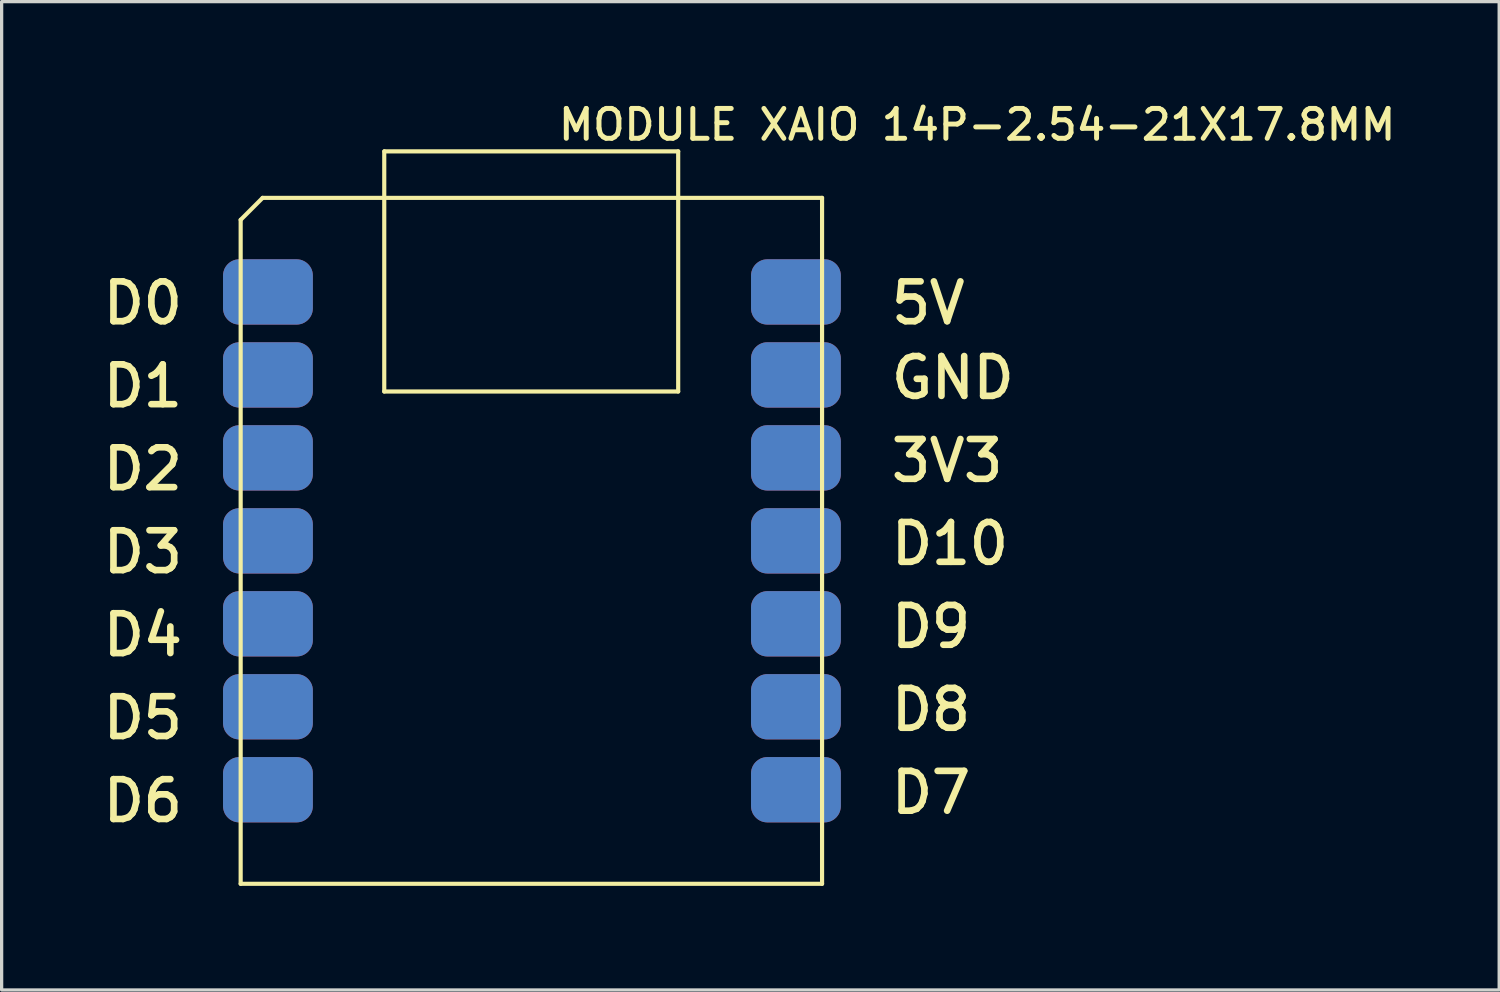
<source format=kicad_pcb>
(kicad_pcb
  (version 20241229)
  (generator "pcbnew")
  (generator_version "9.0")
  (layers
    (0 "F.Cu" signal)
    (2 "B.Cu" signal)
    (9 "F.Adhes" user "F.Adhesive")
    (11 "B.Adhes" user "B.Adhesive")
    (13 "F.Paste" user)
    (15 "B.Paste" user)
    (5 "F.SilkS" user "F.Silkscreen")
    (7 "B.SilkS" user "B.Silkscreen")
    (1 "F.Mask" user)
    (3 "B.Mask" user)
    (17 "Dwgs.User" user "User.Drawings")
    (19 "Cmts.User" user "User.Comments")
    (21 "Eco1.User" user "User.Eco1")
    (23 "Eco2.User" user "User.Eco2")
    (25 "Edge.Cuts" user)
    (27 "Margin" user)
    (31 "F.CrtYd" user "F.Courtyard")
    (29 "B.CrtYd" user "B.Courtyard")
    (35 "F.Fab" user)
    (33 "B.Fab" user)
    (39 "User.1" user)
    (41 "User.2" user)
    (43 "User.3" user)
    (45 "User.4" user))
  (footprint "MODULE XAIO 14P-2.54-21X17.8MM"
    (layer "F.Cu")
    (at 4.318 24.008)
    (property "Reference" "MODULE XAIO 14P-2.54-21X17.8MM" (at 9.652 -23.774 0) (layer "F.SilkS") (effects (font (size 0.914 0.914) (thickness 0.152)) (justify left top)))
    (fp_line (start 0 -20.328) (end 0 0) (stroke (width 0.127) (type default)) (layer "F.SilkS"))
    (fp_line (start 0 0) (end 17.8 0) (stroke (width 0.127) (type default)) (layer "F.SilkS"))
    (fp_line (start 0.672 -21) (end 0 -20.328) (stroke (width 0.127) (type default)) (layer "F.SilkS"))
    (fp_line (start 4.396 -15.072) (end 4.396 -22.425) (stroke (width 0.127) (type default)) (layer "F.SilkS"))
    (fp_line (start 4.4 -22.424) (end 13.395 -22.424) (stroke (width 0.127) (type default)) (layer "F.SilkS"))
    (fp_line (start 13.395 -22.424) (end 13.395 -15.072) (stroke (width 0.127) (type default)) (layer "F.SilkS"))
    (fp_line (start 13.395 -15.072) (end 4.396 -15.072) (stroke (width 0.127) (type default)) (layer "F.SilkS"))
    (fp_line (start 17.8 -21) (end 0.672 -21) (stroke (width 0.127) (type default)) (layer "F.SilkS"))
    (fp_line (start 17.8 0) (end 17.8 -21) (stroke (width 0.127) (type default)) (layer "F.SilkS"))
    (fp_text user "D7" (at 19.812 -3.505 0) (unlocked yes) (layer "F.SilkS") (effects (font (size 1.219 1.219) (thickness 0.203)) (justify left top)))
    (fp_text user "3V3" (at 19.812 -13.665 0) (unlocked yes) (layer "F.SilkS") (effects (font (size 1.219 1.219) (thickness 0.203)) (justify left top)))
    (fp_text user "D6" (at -4.318 -3.251 0) (unlocked yes) (layer "F.SilkS") (effects (font (size 1.219 1.219) (thickness 0.203)) (justify left top)))
    (fp_text user "D1" (at -4.318 -15.951 0) (unlocked yes) (layer "F.SilkS") (effects (font (size 1.219 1.219) (thickness 0.203)) (justify left top)))
    (fp_text user "D2" (at -4.318 -13.411 0) (unlocked yes) (layer "F.SilkS") (effects (font (size 1.219 1.219) (thickness 0.203)) (justify left top)))
    (fp_text user "D10" (at 19.812 -11.125 0) (unlocked yes) (layer "F.SilkS") (effects (font (size 1.219 1.219) (thickness 0.203)) (justify left top)))
    (fp_text user "5V" (at 19.812 -18.491 0) (unlocked yes) (layer "F.SilkS") (effects (font (size 1.219 1.219) (thickness 0.203)) (justify left top)))
    (fp_text user "D4" (at -4.318 -8.331 0) (unlocked yes) (layer "F.SilkS") (effects (font (size 1.219 1.219) (thickness 0.203)) (justify left top)))
    (fp_text user "D3" (at -4.318 -10.871 0) (unlocked yes) (layer "F.SilkS") (effects (font (size 1.219 1.219) (thickness 0.203)) (justify left top)))
    (fp_text user "D8" (at 19.812 -6.045 0) (unlocked yes) (layer "F.SilkS") (effects (font (size 1.219 1.219) (thickness 0.203)) (justify left top)))
    (fp_text user "D9" (at 19.812 -8.585 0) (unlocked yes) (layer "F.SilkS") (effects (font (size 1.219 1.219) (thickness 0.203)) (justify left top)))
    (fp_text user "D5" (at -4.318 -5.791 0) (unlocked yes) (layer "F.SilkS") (effects (font (size 1.219 1.219) (thickness 0.203)) (justify left top)))
    (fp_text user "D0" (at -4.318 -18.491 0) (unlocked yes) (layer "F.SilkS") (effects (font (size 1.219 1.219) (thickness 0.203)) (justify left top)))
    (fp_text user "GND" (at 19.812 -16.205 0) (unlocked yes) (layer "F.SilkS") (effects (font (size 1.219 1.219) (thickness 0.203)) (justify left top)))
    (pad "1" thru_hole custom (at 0.835 -18.12) (size 0.000001 0.000001) (drill 1.2) (layers "*.Cu" "*.Mask") (options (anchor circle)) (primitives (gr_poly (pts (xy -1.375 -0.5) (xy -1.371 -0.56) (xy -1.36 -0.62) (xy -1.342 -0.677) (xy -1.318 -0.733) (xy -1.286 -0.784) (xy -1.249 -0.832) (xy -1.206 -0.874) (xy -1.159 -0.912) (xy -1.107 -0.943) (xy -1.052 -0.968) (xy -0.995 -0.986) (xy -0.935 -0.996) (xy -0.875 -1) (xy 0.875 -1) (xy 0.935 -0.996) (xy 0.995 -0.986) (xy 1.052 -0.968) (xy 1.107 -0.943) (xy 1.159 -0.912) (xy 1.207 -0.874) (xy 1.249 -0.832) (xy 1.286 -0.784) (xy 1.318 -0.733) (xy 1.343 -0.677) (xy 1.361 -0.62) (xy 1.371 -0.56) (xy 1.375 -0.5) (xy 1.375 0.5) (xy 1.371 0.56) (xy 1.361 0.62) (xy 1.343 0.677) (xy 1.318 0.732) (xy 1.286 0.784) (xy 1.249 0.831) (xy 1.207 0.874) (xy 1.159 0.911) (xy 1.107 0.943) (xy 1.052 0.968) (xy 0.995 0.985) (xy 0.935 0.996) (xy 0.875 1) (xy -0.875 1) (xy -0.935 0.996) (xy -0.995 0.985) (xy -1.052 0.968) (xy -1.107 0.943) (xy -1.159 0.911) (xy -1.206 0.874) (xy -1.249 0.831) (xy -1.286 0.784) (xy -1.318 0.732) (xy -1.342 0.677) (xy -1.36 0.62) (xy -1.371 0.56) (xy -1.375 0.5)) (width 0) (fill yes))))
    (pad "2" thru_hole custom (at 0.835 -15.58) (size 0.000001 0.000001) (drill 1.2) (layers "*.Cu" "*.Mask") (options (anchor circle)) (primitives (gr_poly (pts (xy -1.375 -0.5) (xy -1.371 -0.56) (xy -1.36 -0.62) (xy -1.342 -0.677) (xy -1.318 -0.733) (xy -1.286 -0.784) (xy -1.249 -0.832) (xy -1.206 -0.874) (xy -1.159 -0.912) (xy -1.107 -0.943) (xy -1.052 -0.968) (xy -0.995 -0.986) (xy -0.935 -0.996) (xy -0.875 -1) (xy 0.875 -1) (xy 0.935 -0.996) (xy 0.995 -0.986) (xy 1.052 -0.968) (xy 1.107 -0.943) (xy 1.159 -0.912) (xy 1.207 -0.874) (xy 1.249 -0.832) (xy 1.286 -0.784) (xy 1.318 -0.733) (xy 1.343 -0.677) (xy 1.361 -0.62) (xy 1.371 -0.56) (xy 1.375 -0.5) (xy 1.375 0.5) (xy 1.371 0.56) (xy 1.361 0.62) (xy 1.343 0.677) (xy 1.318 0.732) (xy 1.286 0.784) (xy 1.249 0.831) (xy 1.207 0.874) (xy 1.159 0.911) (xy 1.107 0.943) (xy 1.052 0.968) (xy 0.995 0.985) (xy 0.935 0.996) (xy 0.875 1) (xy -0.875 1) (xy -0.935 0.996) (xy -0.995 0.985) (xy -1.052 0.968) (xy -1.107 0.943) (xy -1.159 0.911) (xy -1.206 0.874) (xy -1.249 0.831) (xy -1.286 0.784) (xy -1.318 0.732) (xy -1.342 0.677) (xy -1.36 0.62) (xy -1.371 0.56) (xy -1.375 0.5)) (width 0) (fill yes))))
    (pad "3" thru_hole custom (at 0.835 -13.04) (size 0.000001 0.000001) (drill 1.2) (layers "*.Cu" "*.Mask") (options (anchor circle)) (primitives (gr_poly (pts (xy -1.375 -0.5) (xy -1.371 -0.56) (xy -1.36 -0.62) (xy -1.342 -0.677) (xy -1.318 -0.733) (xy -1.286 -0.784) (xy -1.249 -0.832) (xy -1.206 -0.874) (xy -1.159 -0.912) (xy -1.107 -0.943) (xy -1.052 -0.968) (xy -0.995 -0.986) (xy -0.935 -0.996) (xy -0.875 -1) (xy 0.875 -1) (xy 0.935 -0.996) (xy 0.995 -0.986) (xy 1.052 -0.968) (xy 1.107 -0.943) (xy 1.159 -0.912) (xy 1.207 -0.874) (xy 1.249 -0.832) (xy 1.286 -0.784) (xy 1.318 -0.733) (xy 1.343 -0.677) (xy 1.361 -0.62) (xy 1.371 -0.56) (xy 1.375 -0.5) (xy 1.375 0.5) (xy 1.371 0.56) (xy 1.361 0.62) (xy 1.343 0.677) (xy 1.318 0.732) (xy 1.286 0.784) (xy 1.249 0.831) (xy 1.207 0.874) (xy 1.159 0.911) (xy 1.107 0.943) (xy 1.052 0.968) (xy 0.995 0.985) (xy 0.935 0.996) (xy 0.875 1) (xy -0.875 1) (xy -0.935 0.996) (xy -0.995 0.985) (xy -1.052 0.968) (xy -1.107 0.943) (xy -1.159 0.911) (xy -1.206 0.874) (xy -1.249 0.831) (xy -1.286 0.784) (xy -1.318 0.732) (xy -1.342 0.677) (xy -1.36 0.62) (xy -1.371 0.56) (xy -1.375 0.5)) (width 0) (fill yes))))
    (pad "4" thru_hole custom (at 0.835 -10.5) (size 0.000001 0.000001) (drill 1.2) (layers "*.Cu" "*.Mask") (options (anchor circle)) (primitives (gr_poly (pts (xy -1.375 -0.5) (xy -1.371 -0.56) (xy -1.36 -0.62) (xy -1.342 -0.677) (xy -1.318 -0.732) (xy -1.286 -0.784) (xy -1.249 -0.831) (xy -1.206 -0.874) (xy -1.159 -0.911) (xy -1.107 -0.943) (xy -1.052 -0.968) (xy -0.995 -0.985) (xy -0.935 -0.996) (xy -0.875 -1) (xy 0.875 -1) (xy 0.935 -0.996) (xy 0.995 -0.985) (xy 1.052 -0.968) (xy 1.107 -0.943) (xy 1.159 -0.911) (xy 1.207 -0.874) (xy 1.249 -0.831) (xy 1.286 -0.784) (xy 1.318 -0.732) (xy 1.343 -0.677) (xy 1.361 -0.62) (xy 1.371 -0.56) (xy 1.375 -0.5) (xy 1.375 0.5) (xy 1.371 0.56) (xy 1.361 0.62) (xy 1.343 0.677) (xy 1.318 0.733) (xy 1.286 0.784) (xy 1.249 0.832) (xy 1.207 0.874) (xy 1.159 0.912) (xy 1.107 0.943) (xy 1.052 0.968) (xy 0.995 0.986) (xy 0.935 0.996) (xy 0.875 1) (xy -0.875 1) (xy -0.935 0.996) (xy -0.995 0.986) (xy -1.052 0.968) (xy -1.107 0.943) (xy -1.159 0.912) (xy -1.206 0.874) (xy -1.249 0.832) (xy -1.286 0.784) (xy -1.318 0.733) (xy -1.342 0.677) (xy -1.36 0.62) (xy -1.371 0.56) (xy -1.375 0.5)) (width 0) (fill yes))))
    (pad "5" thru_hole custom (at 0.835 -7.96) (size 0.000001 0.000001) (drill 1.2) (layers "*.Cu" "*.Mask") (options (anchor circle)) (primitives (gr_poly (pts (xy -1.375 -0.5) (xy -1.371 -0.56) (xy -1.36 -0.62) (xy -1.342 -0.677) (xy -1.318 -0.732) (xy -1.286 -0.784) (xy -1.249 -0.831) (xy -1.206 -0.874) (xy -1.159 -0.911) (xy -1.107 -0.943) (xy -1.052 -0.968) (xy -0.995 -0.985) (xy -0.935 -0.996) (xy -0.875 -1) (xy 0.875 -1) (xy 0.935 -0.996) (xy 0.995 -0.985) (xy 1.052 -0.968) (xy 1.107 -0.943) (xy 1.159 -0.911) (xy 1.207 -0.874) (xy 1.249 -0.831) (xy 1.286 -0.784) (xy 1.318 -0.732) (xy 1.343 -0.677) (xy 1.361 -0.62) (xy 1.371 -0.56) (xy 1.375 -0.5) (xy 1.375 0.5) (xy 1.371 0.56) (xy 1.361 0.62) (xy 1.343 0.677) (xy 1.318 0.733) (xy 1.286 0.784) (xy 1.249 0.832) (xy 1.207 0.874) (xy 1.159 0.912) (xy 1.107 0.943) (xy 1.052 0.968) (xy 0.995 0.986) (xy 0.935 0.996) (xy 0.875 1) (xy -0.875 1) (xy -0.935 0.996) (xy -0.995 0.986) (xy -1.052 0.968) (xy -1.107 0.943) (xy -1.159 0.912) (xy -1.206 0.874) (xy -1.249 0.832) (xy -1.286 0.784) (xy -1.318 0.733) (xy -1.342 0.677) (xy -1.36 0.62) (xy -1.371 0.56) (xy -1.375 0.5)) (width 0) (fill yes))))
    (pad "6" thru_hole custom (at 0.835 -5.42) (size 0.000001 0.000001) (drill 1.2) (layers "*.Cu" "*.Mask") (options (anchor circle)) (primitives (gr_poly (pts (xy -1.375 -0.5) (xy -1.371 -0.56) (xy -1.36 -0.62) (xy -1.342 -0.677) (xy -1.318 -0.732) (xy -1.286 -0.784) (xy -1.249 -0.831) (xy -1.206 -0.874) (xy -1.159 -0.911) (xy -1.107 -0.943) (xy -1.052 -0.968) (xy -0.995 -0.985) (xy -0.935 -0.996) (xy -0.875 -1) (xy 0.875 -1) (xy 0.935 -0.996) (xy 0.995 -0.985) (xy 1.052 -0.968) (xy 1.107 -0.943) (xy 1.159 -0.911) (xy 1.207 -0.874) (xy 1.249 -0.831) (xy 1.286 -0.784) (xy 1.318 -0.732) (xy 1.343 -0.677) (xy 1.361 -0.62) (xy 1.371 -0.56) (xy 1.375 -0.5) (xy 1.375 0.5) (xy 1.371 0.56) (xy 1.361 0.62) (xy 1.343 0.677) (xy 1.318 0.733) (xy 1.286 0.784) (xy 1.249 0.832) (xy 1.207 0.874) (xy 1.159 0.912) (xy 1.107 0.943) (xy 1.052 0.968) (xy 0.995 0.986) (xy 0.935 0.996) (xy 0.875 1) (xy -0.875 1) (xy -0.935 0.996) (xy -0.995 0.986) (xy -1.052 0.968) (xy -1.107 0.943) (xy -1.159 0.912) (xy -1.206 0.874) (xy -1.249 0.832) (xy -1.286 0.784) (xy -1.318 0.733) (xy -1.342 0.677) (xy -1.36 0.62) (xy -1.371 0.56) (xy -1.375 0.5)) (width 0) (fill yes))))
    (pad "7" thru_hole custom (at 0.835 -2.88) (size 0.000001 0.000001) (drill 1.2) (layers "*.Cu" "*.Mask") (options (anchor circle)) (primitives (gr_poly (pts (xy -1.375 -0.5) (xy -1.371 -0.56) (xy -1.36 -0.62) (xy -1.342 -0.677) (xy -1.318 -0.732) (xy -1.286 -0.784) (xy -1.249 -0.831) (xy -1.206 -0.874) (xy -1.159 -0.911) (xy -1.107 -0.943) (xy -1.052 -0.968) (xy -0.995 -0.985) (xy -0.935 -0.996) (xy -0.875 -1) (xy 0.875 -1) (xy 0.935 -0.996) (xy 0.995 -0.985) (xy 1.052 -0.968) (xy 1.107 -0.943) (xy 1.159 -0.911) (xy 1.207 -0.874) (xy 1.249 -0.831) (xy 1.286 -0.784) (xy 1.318 -0.732) (xy 1.343 -0.677) (xy 1.361 -0.62) (xy 1.371 -0.56) (xy 1.375 -0.5) (xy 1.375 0.5) (xy 1.371 0.56) (xy 1.361 0.62) (xy 1.343 0.677) (xy 1.318 0.733) (xy 1.286 0.784) (xy 1.249 0.832) (xy 1.207 0.874) (xy 1.159 0.912) (xy 1.107 0.943) (xy 1.052 0.968) (xy 0.995 0.986) (xy 0.935 0.996) (xy 0.875 1) (xy -0.875 1) (xy -0.935 0.996) (xy -0.995 0.986) (xy -1.052 0.968) (xy -1.107 0.943) (xy -1.159 0.912) (xy -1.206 0.874) (xy -1.249 0.832) (xy -1.286 0.784) (xy -1.318 0.733) (xy -1.342 0.677) (xy -1.36 0.62) (xy -1.371 0.56) (xy -1.375 0.5)) (width 0) (fill yes))))
    (pad "8" thru_hole custom (at 17 -2.88) (size 0.000001 0.000001) (drill 1.2) (layers "*.Cu" "*.Mask") (options (anchor circle)) (primitives (gr_poly (pts (xy -1.375 -0.5) (xy -1.371 -0.56) (xy -1.361 -0.62) (xy -1.342 -0.677) (xy -1.318 -0.732) (xy -1.286 -0.784) (xy -1.249 -0.831) (xy -1.206 -0.874) (xy -1.159 -0.911) (xy -1.107 -0.943) (xy -1.052 -0.968) (xy -0.995 -0.985) (xy -0.935 -0.996) (xy -0.875 -1) (xy 0.875 -1) (xy 0.935 -0.996) (xy 0.995 -0.985) (xy 1.052 -0.968) (xy 1.107 -0.943) (xy 1.159 -0.911) (xy 1.206 -0.874) (xy 1.249 -0.831) (xy 1.286 -0.784) (xy 1.318 -0.732) (xy 1.342 -0.677) (xy 1.36 -0.62) (xy 1.371 -0.56) (xy 1.375 -0.5) (xy 1.375 0.5) (xy 1.371 0.56) (xy 1.36 0.62) (xy 1.342 0.677) (xy 1.318 0.733) (xy 1.286 0.784) (xy 1.249 0.832) (xy 1.206 0.874) (xy 1.159 0.912) (xy 1.107 0.943) (xy 1.052 0.968) (xy 0.995 0.986) (xy 0.935 0.996) (xy 0.875 1) (xy -0.875 1) (xy -0.935 0.996) (xy -0.995 0.986) (xy -1.052 0.968) (xy -1.107 0.943) (xy -1.159 0.912) (xy -1.206 0.874) (xy -1.249 0.832) (xy -1.286 0.784) (xy -1.318 0.733) (xy -1.342 0.677) (xy -1.361 0.62) (xy -1.371 0.56) (xy -1.375 0.5)) (width 0) (fill yes))))
    (pad "9" thru_hole custom (at 17 -5.42) (size 0.000001 0.000001) (drill 1.2) (layers "*.Cu" "*.Mask") (options (anchor circle)) (primitives (gr_poly (pts (xy -1.375 -0.5) (xy -1.371 -0.56) (xy -1.361 -0.62) (xy -1.342 -0.677) (xy -1.318 -0.732) (xy -1.286 -0.784) (xy -1.249 -0.831) (xy -1.206 -0.874) (xy -1.159 -0.911) (xy -1.107 -0.943) (xy -1.052 -0.968) (xy -0.995 -0.985) (xy -0.935 -0.996) (xy -0.875 -1) (xy 0.875 -1) (xy 0.935 -0.996) (xy 0.995 -0.985) (xy 1.052 -0.968) (xy 1.107 -0.943) (xy 1.159 -0.911) (xy 1.206 -0.874) (xy 1.249 -0.831) (xy 1.286 -0.784) (xy 1.318 -0.732) (xy 1.342 -0.677) (xy 1.36 -0.62) (xy 1.371 -0.56) (xy 1.375 -0.5) (xy 1.375 0.5) (xy 1.371 0.56) (xy 1.36 0.62) (xy 1.342 0.677) (xy 1.318 0.733) (xy 1.286 0.784) (xy 1.249 0.832) (xy 1.206 0.874) (xy 1.159 0.912) (xy 1.107 0.943) (xy 1.052 0.968) (xy 0.995 0.986) (xy 0.935 0.996) (xy 0.875 1) (xy -0.875 1) (xy -0.935 0.996) (xy -0.995 0.986) (xy -1.052 0.968) (xy -1.107 0.943) (xy -1.159 0.912) (xy -1.206 0.874) (xy -1.249 0.832) (xy -1.286 0.784) (xy -1.318 0.733) (xy -1.342 0.677) (xy -1.361 0.62) (xy -1.371 0.56) (xy -1.375 0.5)) (width 0) (fill yes))))
    (pad "10" thru_hole custom (at 17 -7.96) (size 0.000001 0.000001) (drill 1.2) (layers "*.Cu" "*.Mask") (options (anchor circle)) (primitives (gr_poly (pts (xy -1.375 -0.5) (xy -1.371 -0.56) (xy -1.361 -0.62) (xy -1.342 -0.677) (xy -1.318 -0.732) (xy -1.286 -0.784) (xy -1.249 -0.831) (xy -1.206 -0.874) (xy -1.159 -0.911) (xy -1.107 -0.943) (xy -1.052 -0.968) (xy -0.995 -0.985) (xy -0.935 -0.996) (xy -0.875 -1) (xy 0.875 -1) (xy 0.935 -0.996) (xy 0.995 -0.985) (xy 1.052 -0.968) (xy 1.107 -0.943) (xy 1.159 -0.911) (xy 1.206 -0.874) (xy 1.249 -0.831) (xy 1.286 -0.784) (xy 1.318 -0.732) (xy 1.342 -0.677) (xy 1.36 -0.62) (xy 1.371 -0.56) (xy 1.375 -0.5) (xy 1.375 0.5) (xy 1.371 0.56) (xy 1.36 0.62) (xy 1.342 0.677) (xy 1.318 0.733) (xy 1.286 0.784) (xy 1.249 0.832) (xy 1.206 0.874) (xy 1.159 0.912) (xy 1.107 0.943) (xy 1.052 0.968) (xy 0.995 0.986) (xy 0.935 0.996) (xy 0.875 1) (xy -0.875 1) (xy -0.935 0.996) (xy -0.995 0.986) (xy -1.052 0.968) (xy -1.107 0.943) (xy -1.159 0.912) (xy -1.206 0.874) (xy -1.249 0.832) (xy -1.286 0.784) (xy -1.318 0.733) (xy -1.342 0.677) (xy -1.361 0.62) (xy -1.371 0.56) (xy -1.375 0.5)) (width 0) (fill yes))))
    (pad "11" thru_hole custom (at 17 -10.5) (size 0.000001 0.000001) (drill 1.2) (layers "*.Cu" "*.Mask") (options (anchor circle)) (primitives (gr_poly (pts (xy -1.375 -0.5) (xy -1.371 -0.56) (xy -1.361 -0.62) (xy -1.342 -0.677) (xy -1.318 -0.732) (xy -1.286 -0.784) (xy -1.249 -0.831) (xy -1.206 -0.874) (xy -1.159 -0.911) (xy -1.107 -0.943) (xy -1.052 -0.968) (xy -0.995 -0.985) (xy -0.935 -0.996) (xy -0.875 -1) (xy 0.875 -1) (xy 0.935 -0.996) (xy 0.995 -0.985) (xy 1.052 -0.968) (xy 1.107 -0.943) (xy 1.159 -0.911) (xy 1.206 -0.874) (xy 1.249 -0.831) (xy 1.286 -0.784) (xy 1.318 -0.732) (xy 1.342 -0.677) (xy 1.36 -0.62) (xy 1.371 -0.56) (xy 1.375 -0.5) (xy 1.375 0.5) (xy 1.371 0.56) (xy 1.36 0.62) (xy 1.342 0.677) (xy 1.318 0.733) (xy 1.286 0.784) (xy 1.249 0.832) (xy 1.206 0.874) (xy 1.159 0.912) (xy 1.107 0.943) (xy 1.052 0.968) (xy 0.995 0.986) (xy 0.935 0.996) (xy 0.875 1) (xy -0.875 1) (xy -0.935 0.996) (xy -0.995 0.986) (xy -1.052 0.968) (xy -1.107 0.943) (xy -1.159 0.912) (xy -1.206 0.874) (xy -1.249 0.832) (xy -1.286 0.784) (xy -1.318 0.733) (xy -1.342 0.677) (xy -1.361 0.62) (xy -1.371 0.56) (xy -1.375 0.5)) (width 0) (fill yes))))
    (pad "12" thru_hole custom (at 17 -13.04) (size 0.000001 0.000001) (drill 1.2) (layers "*.Cu" "*.Mask") (options (anchor circle)) (primitives (gr_poly (pts (xy -1.375 -0.5) (xy -1.371 -0.56) (xy -1.361 -0.62) (xy -1.342 -0.677) (xy -1.318 -0.733) (xy -1.286 -0.784) (xy -1.249 -0.832) (xy -1.206 -0.874) (xy -1.159 -0.912) (xy -1.107 -0.943) (xy -1.052 -0.968) (xy -0.995 -0.986) (xy -0.935 -0.996) (xy -0.875 -1) (xy 0.875 -1) (xy 0.935 -0.996) (xy 0.995 -0.986) (xy 1.052 -0.968) (xy 1.107 -0.943) (xy 1.159 -0.912) (xy 1.206 -0.874) (xy 1.249 -0.832) (xy 1.286 -0.784) (xy 1.318 -0.733) (xy 1.342 -0.677) (xy 1.36 -0.62) (xy 1.371 -0.56) (xy 1.375 -0.5) (xy 1.375 0.5) (xy 1.371 0.56) (xy 1.36 0.62) (xy 1.342 0.677) (xy 1.318 0.732) (xy 1.286 0.784) (xy 1.249 0.831) (xy 1.206 0.874) (xy 1.159 0.911) (xy 1.107 0.943) (xy 1.052 0.968) (xy 0.995 0.985) (xy 0.935 0.996) (xy 0.875 1) (xy -0.875 1) (xy -0.935 0.996) (xy -0.995 0.985) (xy -1.052 0.968) (xy -1.107 0.943) (xy -1.159 0.911) (xy -1.206 0.874) (xy -1.249 0.831) (xy -1.286 0.784) (xy -1.318 0.732) (xy -1.342 0.677) (xy -1.361 0.62) (xy -1.371 0.56) (xy -1.375 0.5)) (width 0) (fill yes))))
    (pad "13" thru_hole custom (at 17 -15.58) (size 0.000001 0.000001) (drill 1.2) (layers "*.Cu" "*.Mask") (options (anchor circle)) (primitives (gr_poly (pts (xy -1.375 -0.5) (xy -1.371 -0.56) (xy -1.361 -0.62) (xy -1.342 -0.677) (xy -1.318 -0.733) (xy -1.286 -0.784) (xy -1.249 -0.832) (xy -1.206 -0.874) (xy -1.159 -0.912) (xy -1.107 -0.943) (xy -1.052 -0.968) (xy -0.995 -0.986) (xy -0.935 -0.996) (xy -0.875 -1) (xy 0.875 -1) (xy 0.935 -0.996) (xy 0.995 -0.986) (xy 1.052 -0.968) (xy 1.107 -0.943) (xy 1.159 -0.912) (xy 1.206 -0.874) (xy 1.249 -0.832) (xy 1.286 -0.784) (xy 1.318 -0.733) (xy 1.342 -0.677) (xy 1.36 -0.62) (xy 1.371 -0.56) (xy 1.375 -0.5) (xy 1.375 0.5) (xy 1.371 0.56) (xy 1.36 0.62) (xy 1.342 0.677) (xy 1.318 0.732) (xy 1.286 0.784) (xy 1.249 0.831) (xy 1.206 0.874) (xy 1.159 0.911) (xy 1.107 0.943) (xy 1.052 0.968) (xy 0.995 0.985) (xy 0.935 0.996) (xy 0.875 1) (xy -0.875 1) (xy -0.935 0.996) (xy -0.995 0.985) (xy -1.052 0.968) (xy -1.107 0.943) (xy -1.159 0.911) (xy -1.206 0.874) (xy -1.249 0.831) (xy -1.286 0.784) (xy -1.318 0.732) (xy -1.342 0.677) (xy -1.361 0.62) (xy -1.371 0.56) (xy -1.375 0.5)) (width 0) (fill yes))))
    (pad "14" thru_hole custom (at 17 -18.12) (size 0.000001 0.000001) (drill 1.2) (layers "*.Cu" "*.Mask") (options (anchor circle)) (primitives (gr_poly (pts (xy -1.375 -0.5) (xy -1.371 -0.56) (xy -1.361 -0.62) (xy -1.342 -0.677) (xy -1.318 -0.733) (xy -1.286 -0.784) (xy -1.249 -0.832) (xy -1.206 -0.874) (xy -1.159 -0.912) (xy -1.107 -0.943) (xy -1.052 -0.968) (xy -0.995 -0.986) (xy -0.935 -0.996) (xy -0.875 -1) (xy 0.875 -1) (xy 0.935 -0.996) (xy 0.995 -0.986) (xy 1.052 -0.968) (xy 1.107 -0.943) (xy 1.159 -0.912) (xy 1.206 -0.874) (xy 1.249 -0.832) (xy 1.286 -0.784) (xy 1.318 -0.733) (xy 1.342 -0.677) (xy 1.36 -0.62) (xy 1.371 -0.56) (xy 1.375 -0.5) (xy 1.375 0.5) (xy 1.371 0.56) (xy 1.36 0.62) (xy 1.342 0.677) (xy 1.318 0.732) (xy 1.286 0.784) (xy 1.249 0.831) (xy 1.206 0.874) (xy 1.159 0.911) (xy 1.107 0.943) (xy 1.052 0.968) (xy 0.995 0.985) (xy 0.935 0.996) (xy 0.875 1) (xy -0.875 1) (xy -0.935 0.996) (xy -0.995 0.985) (xy -1.052 0.968) (xy -1.107 0.943) (xy -1.159 0.911) (xy -1.206 0.874) (xy -1.249 0.831) (xy -1.286 0.784) (xy -1.318 0.732) (xy -1.342 0.677) (xy -1.361 0.62) (xy -1.371 0.56) (xy -1.375 0.5)) (width 0) (fill yes))))
    (zone (net_name "") (layer "Dwgs.User") (hatch edge 0.5) (priority 100) (connect_pads yes) (min_thickness 0) (filled_areas_thickness no) (fill yes) (polygon (pts (xy 8.001 5.593) (xy 9.779 5.593) (xy 9.779 2.926) (xy 8.001 2.926))) (filled_polygon (layer "Dwgs.User") (island) (pts (xy 8.001 5.593) (xy 9.779 5.593) (xy 9.779 2.926) (xy 8.001 2.926))))
    (zone (net_name "") (layer "Dwgs.User") (hatch edge 0.5) (priority 100) (connect_pads yes) (min_thickness 0) (filled_areas_thickness no) (fill yes) (polygon (pts (xy 8.001 9.657) (xy 9.779 9.657) (xy 9.779 6.99) (xy 8.001 6.99))) (filled_polygon (layer "Dwgs.User") (island) (pts (xy 8.001 9.657) (xy 9.779 9.657) (xy 9.779 6.99) (xy 8.001 6.99))))
    (zone (net_name "") (layer "Dwgs.User") (hatch edge 0.5) (priority 100) (connect_pads yes) (min_thickness 0) (filled_areas_thickness no) (fill yes) (polygon (pts (xy 10.668 6.228) (xy 15.748 6.228) (xy 15.748 3.688) (xy 10.668 3.688))) (filled_polygon (layer "Dwgs.User") (island) (pts (xy 10.668 6.228) (xy 15.748 6.228) (xy 15.748 3.688) (xy 10.668 3.688))))
    (zone (net_name "") (layer "Dwgs.User") (hatch edge 0.5) (priority 100) (connect_pads yes) (min_thickness 0) (filled_areas_thickness no) (fill yes) (polygon (pts (xy 10.668 23.373) (xy 16.383 23.373) (xy 16.383 20.833) (xy 10.668 20.833))) (filled_polygon (layer "Dwgs.User") (island) (pts (xy 10.668 23.373) (xy 16.383 23.373) (xy 16.383 20.833) (xy 10.668 20.833))))
    (zone (net_name "") (layer "Dwgs.User") (hatch edge 0.5) (priority 100) (connect_pads yes) (min_thickness 0) (filled_areas_thickness no) (fill yes) (polygon (pts (xy 16.637 5.593) (xy 18.415 5.593) (xy 18.415 2.926) (xy 16.637 2.926))) (filled_polygon (layer "Dwgs.User") (island) (pts (xy 16.637 5.593) (xy 18.415 5.593) (xy 18.415 2.926) (xy 16.637 2.926))))
    (zone (net_name "") (layer "Dwgs.User") (hatch edge 0.5) (priority 100) (connect_pads yes) (min_thickness 0) (filled_areas_thickness no) (fill yes) (polygon (pts (xy 16.637 9.657) (xy 18.415 9.657) (xy 18.415 6.99) (xy 16.637 6.99))) (filled_polygon (layer "Dwgs.User") (island) (pts (xy 16.637 9.657) (xy 18.415 9.657) (xy 18.415 6.99) (xy 16.637 6.99))))
    (zone (net_name "") (layer "Dwgs.User") (hatch edge 0.5) (priority 100) (connect_pads yes) (min_thickness 0) (filled_areas_thickness no) (fill yes) (polygon (pts (xy 3.683 5.847) (xy 3.681 5.815) (xy 3.675 5.783) (xy 3.665 5.753) (xy 3.651 5.724) (xy 3.635 5.697) (xy 3.614 5.673) (xy 3.591 5.651) (xy 3.565 5.632) (xy 3.537 5.617) (xy 3.507 5.605) (xy 3.477 5.597) (xy 3.445 5.593) (xy 3.413 5.593) (xy 3.381 5.597) (xy 3.35 5.605) (xy 3.321 5.617) (xy 3.293 5.632) (xy 3.267 5.651) (xy 3.244 5.673) (xy 3.224 5.697) (xy 3.207 5.724) (xy 3.193 5.753) (xy 3.183 5.783) (xy 3.177 5.815) (xy 3.175 5.847) (xy 3.177 5.878) (xy 3.183 5.91) (xy 3.193 5.94) (xy 3.207 5.969) (xy 3.224 5.996) (xy 3.244 6.021) (xy 3.267 6.042) (xy 3.293 6.061) (xy 3.321 6.076) (xy 3.35 6.088) (xy 3.381 6.096) (xy 3.413 6.1) (xy 3.445 6.1) (xy 3.477 6.096) (xy 3.507 6.088) (xy 3.537 6.076) (xy 3.565 6.061) (xy 3.591 6.042) (xy 3.614 6.021) (xy 3.635 5.996) (xy 3.651 5.969) (xy 3.665 5.94) (xy 3.675 5.91) (xy 3.681 5.878))) (filled_polygon (layer "Dwgs.User") (island) (pts (xy 3.683 5.847) (xy 3.681 5.815) (xy 3.675 5.783) (xy 3.665 5.753) (xy 3.651 5.724) (xy 3.635 5.697) (xy 3.614 5.673) (xy 3.591 5.651) (xy 3.565 5.632) (xy 3.537 5.617) (xy 3.507 5.605) (xy 3.477 5.597) (xy 3.445 5.593) (xy 3.413 5.593) (xy 3.381 5.597) (xy 3.35 5.605) (xy 3.321 5.617) (xy 3.293 5.632) (xy 3.267 5.651) (xy 3.244 5.673) (xy 3.224 5.697) (xy 3.207 5.724) (xy 3.193 5.753) (xy 3.183 5.783) (xy 3.177 5.815) (xy 3.175 5.847) (xy 3.177 5.878) (xy 3.183 5.91) (xy 3.193 5.94) (xy 3.207 5.969) (xy 3.224 5.996) (xy 3.244 6.021) (xy 3.267 6.042) (xy 3.293 6.061) (xy 3.321 6.076) (xy 3.35 6.088) (xy 3.381 6.096) (xy 3.413 6.1) (xy 3.445 6.1) (xy 3.477 6.096) (xy 3.507 6.088) (xy 3.537 6.076) (xy 3.565 6.061) (xy 3.591 6.042) (xy 3.614 6.021) (xy 3.635 5.996) (xy 3.651 5.969) (xy 3.665 5.94) (xy 3.675 5.91) (xy 3.681 5.878)))))
  (gr_rect
    (start -3 -3)
    (end 42.848 27.258)
    (stroke (width 0.1) (type default))
    (fill no)
    (layer "Edge.Cuts")))
</source>
